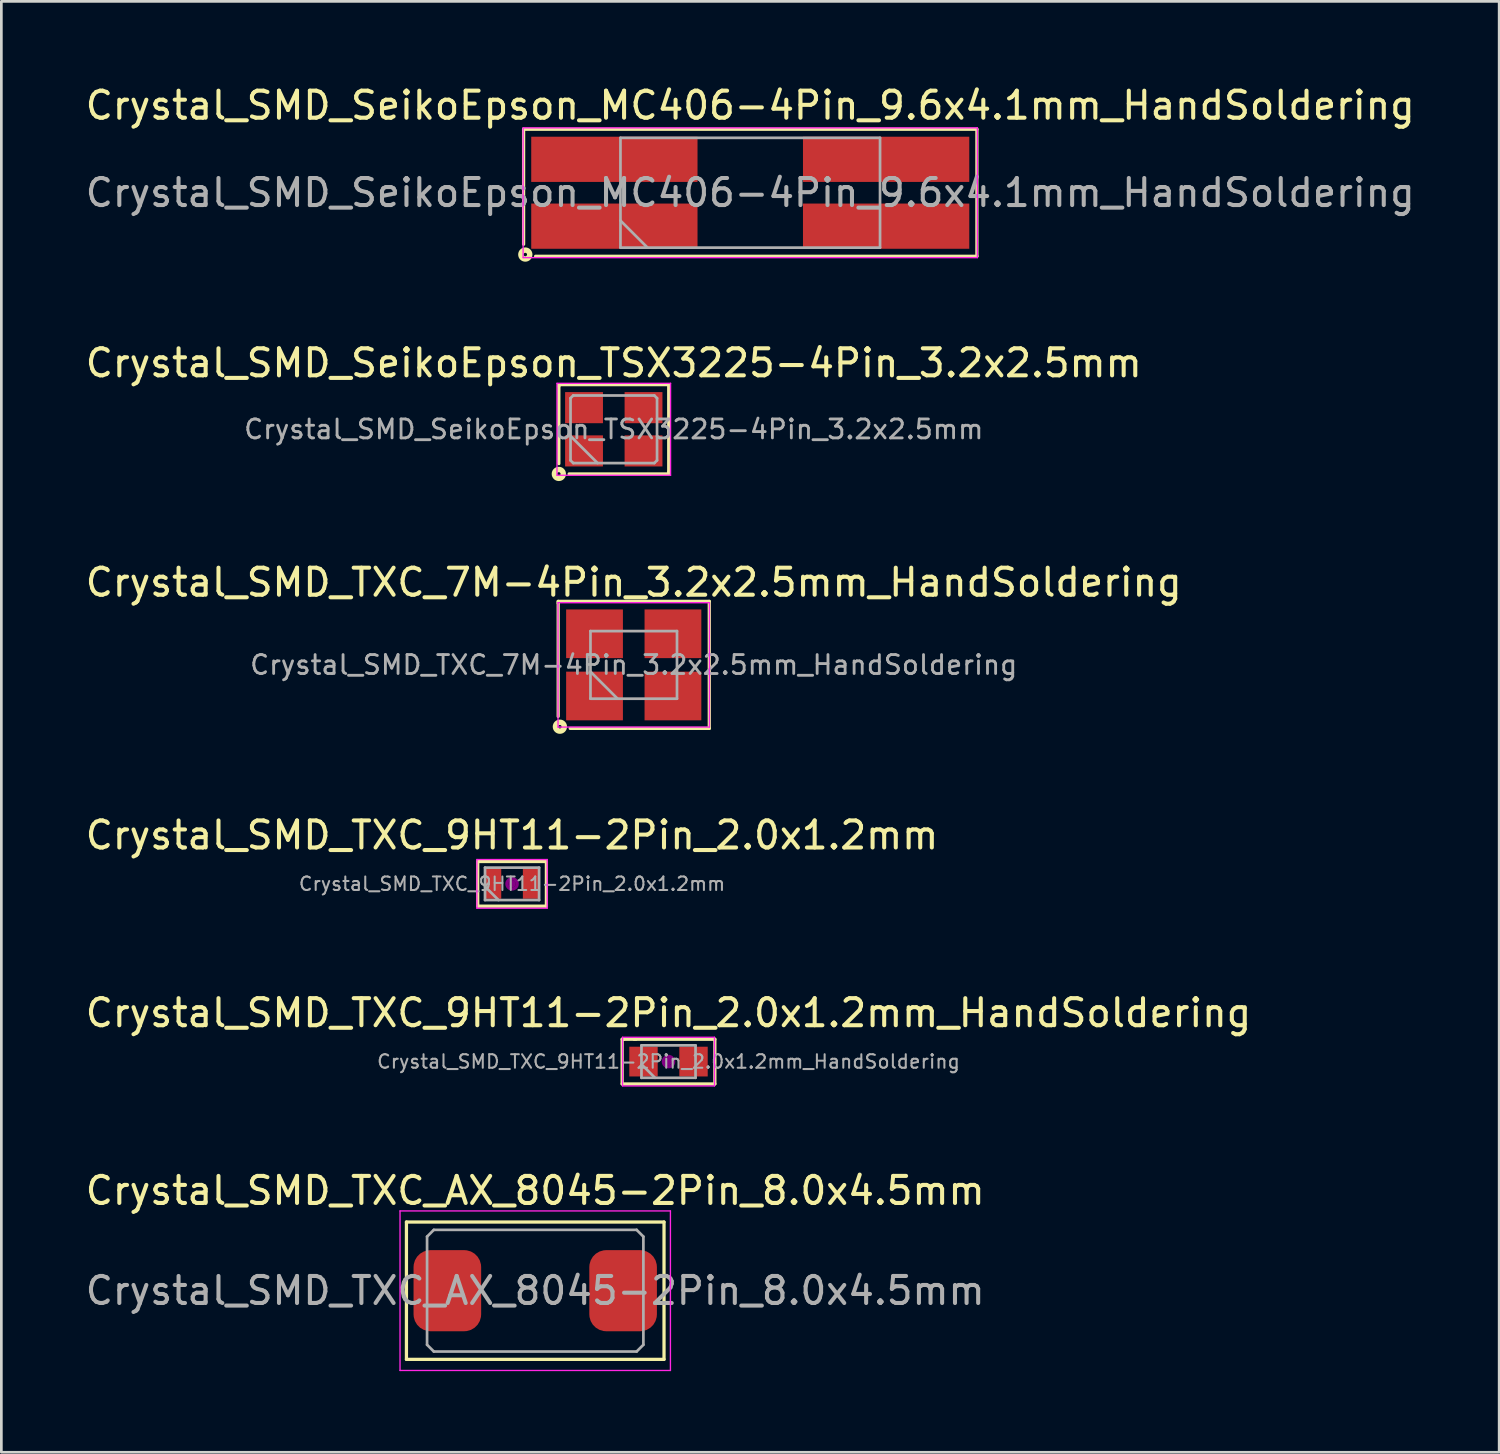
<source format=kicad_pcb>
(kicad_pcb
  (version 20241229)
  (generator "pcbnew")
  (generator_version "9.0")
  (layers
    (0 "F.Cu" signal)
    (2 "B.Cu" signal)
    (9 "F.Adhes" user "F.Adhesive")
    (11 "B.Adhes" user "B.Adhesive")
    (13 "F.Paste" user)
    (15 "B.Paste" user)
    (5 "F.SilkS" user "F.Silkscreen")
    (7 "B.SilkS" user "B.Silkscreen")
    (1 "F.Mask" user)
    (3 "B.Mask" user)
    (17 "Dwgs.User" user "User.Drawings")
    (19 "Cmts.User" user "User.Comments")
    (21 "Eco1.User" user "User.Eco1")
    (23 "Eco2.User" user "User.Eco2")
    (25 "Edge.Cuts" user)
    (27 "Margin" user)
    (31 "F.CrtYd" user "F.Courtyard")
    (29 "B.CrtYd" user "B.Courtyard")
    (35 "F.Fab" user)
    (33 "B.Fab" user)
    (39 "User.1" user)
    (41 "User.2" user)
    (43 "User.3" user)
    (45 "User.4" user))
  (footprint "Crystal_SMD_SeikoEpson_MC406-4Pin_9.6x4.1mm_HandSoldering"
    (layer "F.Cu")
    (at 24.696 4.078)
    (property "Reference" "Crystal_SMD_SeikoEpson_MC406-4Pin_9.6x4.1mm_HandSoldering" (at 0 -3.23 0) (layer "F.SilkS") (effects (font (size 1 1) (thickness 0.15))))
    (attr smd)
    (fp_line (start -8.382 -2.349) (end 8.382 -2.349) (stroke (width 0.12) (type solid)) (layer "F.SilkS"))
    (fp_line (start -8.382 1.905) (end -8.382 -2.349) (stroke (width 0.12) (type solid)) (layer "F.SilkS"))
    (fp_line (start 8.382 -2.349) (end 8.382 2.349) (stroke (width 0.12) (type solid)) (layer "F.SilkS"))
    (fp_line (start 8.382 2.349) (end -7.938 2.349) (stroke (width 0.12) (type solid)) (layer "F.SilkS"))
    (fp_circle (center -8.319 2.286) (end -8.255 2.286) (stroke (width 0.2) (type solid)) (fill no) (layer "F.SilkS"))
    (fp_line (start -8.4 -2.4) (end -8.4 2.4) (stroke (width 0.05) (type solid)) (layer "F.CrtYd"))
    (fp_line (start -8.4 2.4) (end 8.4 2.4) (stroke (width 0.05) (type solid)) (layer "F.CrtYd"))
    (fp_line (start 8.4 -2.4) (end -8.4 -2.4) (stroke (width 0.05) (type solid)) (layer "F.CrtYd"))
    (fp_line (start 8.4 2.4) (end 8.4 -2.4) (stroke (width 0.05) (type solid)) (layer "F.CrtYd"))
    (fp_line (start -4.8 -2.03) (end -4.8 2.03) (stroke (width 0.1) (type solid)) (layer "F.Fab"))
    (fp_line (start -4.8 1.03) (end -3.8 2.03) (stroke (width 0.1) (type solid)) (layer "F.Fab"))
    (fp_line (start -4.8 2.03) (end 4.8 2.03) (stroke (width 0.1) (type solid)) (layer "F.Fab"))
    (fp_line (start 4.8 -2.03) (end -4.8 -2.03) (stroke (width 0.1) (type solid)) (layer "F.Fab"))
    (fp_line (start 4.8 2.03) (end 4.8 -2.03) (stroke (width 0.1) (type solid)) (layer "F.Fab"))
    (fp_text user "${REFERENCE}" (at 0 0 0) (layer "F.Fab") (effects (font (size 1 1) (thickness 0.15))))
    (pad "1" smd rect (at -5.025 1.236) (size 6.15 1.672) (layers "F.Cu" "F.Mask" "F.Paste"))
    (pad "2" smd rect (at 5.025 1.236) (size 6.15 1.672) (layers "F.Cu" "F.Mask" "F.Paste"))
    (pad "3" smd rect (at 5.025 -1.236) (size 6.15 1.672) (layers "F.Cu" "F.Mask" "F.Paste"))
    (pad "4" smd rect (at -5.025 -1.236) (size 6.15 1.672) (layers "F.Cu" "F.Mask" "F.Paste")))
  (footprint "Crystal_SMD_TXC_7M-4Pin_3.2x2.5mm_HandSoldering"
    (layer "F.Cu")
    (at 20.387 21.539)
    (property "Reference" "Crystal_SMD_TXC_7M-4Pin_3.2x2.5mm_HandSoldering" (at 0 -3.05 0) (layer "F.SilkS") (effects (font (size 1 1) (thickness 0.15))))
    (attr smd)
    (fp_line (start -2.794 -2.349) (end 2.794 -2.349) (stroke (width 0.12) (type solid)) (layer "F.SilkS"))
    (fp_line (start -2.794 -2.286) (end -2.794 -2.349) (stroke (width 0.12) (type solid)) (layer "F.SilkS"))
    (fp_line (start -2.794 1.905) (end -2.794 -2.286) (stroke (width 0.12) (type solid)) (layer "F.SilkS"))
    (fp_line (start 2.794 -2.349) (end 2.794 2.349) (stroke (width 0.12) (type solid)) (layer "F.SilkS"))
    (fp_line (start 2.794 2.349) (end -2.349 2.349) (stroke (width 0.12) (type solid)) (layer "F.SilkS"))
    (fp_circle (center -2.731 2.286) (end -2.667 2.286) (stroke (width 0.2) (type solid)) (fill no) (layer "F.SilkS"))
    (fp_line (start -2.8 -2.3) (end -2.8 2.3) (stroke (width 0.05) (type solid)) (layer "F.CrtYd"))
    (fp_line (start -2.8 2.3) (end 2.8 2.3) (stroke (width 0.05) (type solid)) (layer "F.CrtYd"))
    (fp_line (start 2.8 -2.3) (end -2.8 -2.3) (stroke (width 0.05) (type solid)) (layer "F.CrtYd"))
    (fp_line (start 2.8 2.3) (end 2.8 -2.3) (stroke (width 0.05) (type solid)) (layer "F.CrtYd"))
    (fp_line (start -1.6 -1.25) (end -1.6 1.25) (stroke (width 0.1) (type solid)) (layer "F.Fab"))
    (fp_line (start -1.6 0.25) (end -0.6 1.25) (stroke (width 0.1) (type solid)) (layer "F.Fab"))
    (fp_line (start -1.6 1.25) (end 1.6 1.25) (stroke (width 0.1) (type solid)) (layer "F.Fab"))
    (fp_line (start 1.6 -1.25) (end -1.6 -1.25) (stroke (width 0.1) (type solid)) (layer "F.Fab"))
    (fp_line (start 1.6 1.25) (end 1.6 -1.25) (stroke (width 0.1) (type solid)) (layer "F.Fab"))
    (fp_text user "${REFERENCE}" (at 0 0 0) (layer "F.Fab") (effects (font (size 0.7 0.7) (thickness 0.105))))
    (pad "1" smd rect (at -1.45 1.15) (size 2.1 1.8) (layers "F.Cu" "F.Mask" "F.Paste"))
    (pad "2" smd rect (at 1.45 1.15) (size 2.1 1.8) (layers "F.Cu" "F.Mask" "F.Paste"))
    (pad "3" smd rect (at 1.45 -1.15) (size 2.1 1.8) (layers "F.Cu" "F.Mask" "F.Paste"))
    (pad "4" smd rect (at -1.45 -1.15) (size 2.1 1.8) (layers "F.Cu" "F.Mask" "F.Paste")))
  (footprint "Crystal_SMD_SeikoEpson_TSX3225-4Pin_3.2x2.5mm"
    (layer "F.Cu")
    (at 19.649 12.826)
    (property "Reference" "Crystal_SMD_SeikoEpson_TSX3225-4Pin_3.2x2.5mm" (at 0 -2.45 0) (layer "F.SilkS") (effects (font (size 1 1) (thickness 0.15))))
    (attr smd)
    (fp_line (start -2.032 -1.651) (end 2.032 -1.651) (stroke (width 0.12) (type solid)) (layer "F.SilkS"))
    (fp_line (start -2.032 -1.587) (end -2.032 -1.651) (stroke (width 0.12) (type solid)) (layer "F.SilkS"))
    (fp_line (start -2.032 1.27) (end -2.032 -1.587) (stroke (width 0.12) (type solid)) (layer "F.SilkS"))
    (fp_line (start 2.032 -1.651) (end 2.032 1.587) (stroke (width 0.12) (type solid)) (layer "F.SilkS"))
    (fp_line (start 2.032 1.587) (end 2.032 1.651) (stroke (width 0.12) (type solid)) (layer "F.SilkS"))
    (fp_line (start 2.032 1.651) (end -1.651 1.651) (stroke (width 0.12) (type solid)) (layer "F.SilkS"))
    (fp_circle (center -2.032 1.651) (end -1.968 1.651) (stroke (width 0.2) (type solid)) (fill no) (layer "F.SilkS"))
    (fp_line (start -2.1 -1.7) (end -2.1 1.7) (stroke (width 0.05) (type solid)) (layer "F.CrtYd"))
    (fp_line (start -2.1 1.7) (end 2.1 1.7) (stroke (width 0.05) (type solid)) (layer "F.CrtYd"))
    (fp_line (start 2.1 -1.7) (end -2.1 -1.7) (stroke (width 0.05) (type solid)) (layer "F.CrtYd"))
    (fp_line (start 2.1 1.7) (end 2.1 -1.7) (stroke (width 0.05) (type solid)) (layer "F.CrtYd"))
    (fp_line (start -1.6 -1.15) (end -1.5 -1.25) (stroke (width 0.1) (type solid)) (layer "F.Fab"))
    (fp_line (start -1.6 0.25) (end -0.6 1.25) (stroke (width 0.1) (type solid)) (layer "F.Fab"))
    (fp_line (start -1.6 1.15) (end -1.6 -1.15) (stroke (width 0.1) (type solid)) (layer "F.Fab"))
    (fp_line (start -1.5 -1.25) (end 1.5 -1.25) (stroke (width 0.1) (type solid)) (layer "F.Fab"))
    (fp_line (start -1.5 1.25) (end -1.6 1.15) (stroke (width 0.1) (type solid)) (layer "F.Fab"))
    (fp_line (start 1.5 -1.25) (end 1.6 -1.15) (stroke (width 0.1) (type solid)) (layer "F.Fab"))
    (fp_line (start 1.5 1.25) (end -1.5 1.25) (stroke (width 0.1) (type solid)) (layer "F.Fab"))
    (fp_line (start 1.6 -1.15) (end 1.6 1.15) (stroke (width 0.1) (type solid)) (layer "F.Fab"))
    (fp_line (start 1.6 1.15) (end 1.5 1.25) (stroke (width 0.1) (type solid)) (layer "F.Fab"))
    (fp_text user "${REFERENCE}" (at 0 0 0) (layer "F.Fab") (effects (font (size 0.7 0.7) (thickness 0.105))))
    (pad "1" smd rect (at -1.1 0.8) (size 1.4 1.15) (layers "F.Cu" "F.Mask" "F.Paste"))
    (pad "2" smd rect (at 1.1 0.8) (size 1.4 1.15) (layers "F.Cu" "F.Mask" "F.Paste"))
    (pad "3" smd rect (at 1.1 -0.8) (size 1.4 1.15) (layers "F.Cu" "F.Mask" "F.Paste"))
    (pad "4" smd rect (at -1.1 -0.8) (size 1.4 1.15) (layers "F.Cu" "F.Mask" "F.Paste")))
  (footprint "Crystal_SMD_TXC_9HT11-2Pin_2.0x1.2mm_HandSoldering"
    (layer "F.Cu")
    (at 21.673 36.21)
    (property "Reference" "Crystal_SMD_TXC_9HT11-2Pin_2.0x1.2mm_HandSoldering" (at 0 -1.8 0) (layer "F.SilkS") (effects (font (size 1 1) (thickness 0.15))))
    (attr smd)
    (fp_line (start -1.714 -0.826) (end -1.714 0.826) (stroke (width 0.12) (type solid)) (layer "F.SilkS"))
    (fp_line (start -1.714 0.826) (end 1.714 0.826) (stroke (width 0.12) (type solid)) (layer "F.SilkS"))
    (fp_line (start -1.651 -0.826) (end -1.714 -0.826) (stroke (width 0.12) (type solid)) (layer "F.SilkS"))
    (fp_line (start -1.27 -0.826) (end -1.651 -0.826) (stroke (width 0.12) (type solid)) (layer "F.SilkS"))
    (fp_line (start -1.206 -0.826) (end -1.27 -0.826) (stroke (width 0.12) (type solid)) (layer "F.SilkS"))
    (fp_line (start 1.714 -0.826) (end -1.206 -0.826) (stroke (width 0.12) (type solid)) (layer "F.SilkS"))
    (fp_line (start 1.714 0.826) (end 1.714 -0.826) (stroke (width 0.12) (type solid)) (layer "F.SilkS"))
    (fp_circle (center 0 0) (end 0.047 0) (stroke (width 0.093) (type solid)) (fill no) (layer "F.Adhes"))
    (fp_circle (center 0 0) (end 0.107 0) (stroke (width 0.067) (type solid)) (fill no) (layer "F.Adhes"))
    (fp_circle (center 0 0) (end 0.167 0) (stroke (width 0.067) (type solid)) (fill no) (layer "F.Adhes"))
    (fp_circle (center 0 0) (end 0.2 0) (stroke (width 0.1) (type solid)) (fill no) (layer "F.Adhes"))
    (fp_line (start -1.7 -0.9) (end -1.7 0.9) (stroke (width 0.05) (type solid)) (layer "F.CrtYd"))
    (fp_line (start -1.7 0.9) (end 1.7 0.9) (stroke (width 0.05) (type solid)) (layer "F.CrtYd"))
    (fp_line (start 1.7 -0.9) (end -1.7 -0.9) (stroke (width 0.05) (type solid)) (layer "F.CrtYd"))
    (fp_line (start 1.7 0.9) (end 1.7 -0.9) (stroke (width 0.05) (type solid)) (layer "F.CrtYd"))
    (fp_line (start -1 -0.6) (end -1 0.6) (stroke (width 0.1) (type solid)) (layer "F.Fab"))
    (fp_line (start -1 0.1) (end -0.5 0.6) (stroke (width 0.1) (type solid)) (layer "F.Fab"))
    (fp_line (start -1 0.6) (end 1 0.6) (stroke (width 0.1) (type solid)) (layer "F.Fab"))
    (fp_line (start 1 -0.6) (end -1 -0.6) (stroke (width 0.1) (type solid)) (layer "F.Fab"))
    (fp_line (start 1 0.6) (end 1 -0.6) (stroke (width 0.1) (type solid)) (layer "F.Fab"))
    (fp_text user "${REFERENCE}" (at 0 0 0) (layer "F.Fab") (effects (font (size 0.5 0.5) (thickness 0.075))))
    (pad "1" smd rect (at -0.925 0) (size 1.05 1.1) (layers "F.Cu" "F.Mask" "F.Paste"))
    (pad "2" smd rect (at 0.925 0) (size 1.05 1.1) (layers "F.Cu" "F.Mask" "F.Paste")))
  (footprint "Crystal_SMD_TXC_9HT11-2Pin_2.0x1.2mm"
    (layer "F.Cu")
    (at 15.887 29.637)
    (property "Reference" "Crystal_SMD_TXC_9HT11-2Pin_2.0x1.2mm" (at 0 -1.8 0) (layer "F.SilkS") (effects (font (size 1 1) (thickness 0.15))))
    (attr smd)
    (fp_line (start -1.27 -0.826) (end -1.27 0.826) (stroke (width 0.12) (type solid)) (layer "F.SilkS"))
    (fp_line (start -1.27 0.826) (end 1.27 0.826) (stroke (width 0.12) (type solid)) (layer "F.SilkS"))
    (fp_line (start 1.27 -0.826) (end -1.27 -0.826) (stroke (width 0.12) (type solid)) (layer "F.SilkS"))
    (fp_line (start 1.27 0.826) (end 1.27 -0.826) (stroke (width 0.12) (type solid)) (layer "F.SilkS"))
    (fp_circle (center 0 0) (end 0.047 0) (stroke (width 0.093) (type solid)) (fill no) (layer "F.Adhes"))
    (fp_circle (center 0 0) (end 0.107 0) (stroke (width 0.067) (type solid)) (fill no) (layer "F.Adhes"))
    (fp_circle (center 0 0) (end 0.167 0) (stroke (width 0.067) (type solid)) (fill no) (layer "F.Adhes"))
    (fp_circle (center 0 0) (end 0.2 0) (stroke (width 0.1) (type solid)) (fill no) (layer "F.Adhes"))
    (fp_line (start -1.3 -0.9) (end -1.3 0.9) (stroke (width 0.05) (type solid)) (layer "F.CrtYd"))
    (fp_line (start -1.3 0.9) (end 1.3 0.9) (stroke (width 0.05) (type solid)) (layer "F.CrtYd"))
    (fp_line (start 1.3 -0.9) (end -1.3 -0.9) (stroke (width 0.05) (type solid)) (layer "F.CrtYd"))
    (fp_line (start 1.3 0.9) (end 1.3 -0.9) (stroke (width 0.05) (type solid)) (layer "F.CrtYd"))
    (fp_line (start -1 -0.6) (end -1 0.6) (stroke (width 0.1) (type solid)) (layer "F.Fab"))
    (fp_line (start -1 0.1) (end -0.5 0.6) (stroke (width 0.1) (type solid)) (layer "F.Fab"))
    (fp_line (start -1 0.6) (end 1 0.6) (stroke (width 0.1) (type solid)) (layer "F.Fab"))
    (fp_line (start 1 -0.6) (end -1 -0.6) (stroke (width 0.1) (type solid)) (layer "F.Fab"))
    (fp_line (start 1 0.6) (end 1 -0.6) (stroke (width 0.1) (type solid)) (layer "F.Fab"))
    (fp_text user "${REFERENCE}" (at 0 0 0) (layer "F.Fab") (effects (font (size 0.5 0.5) (thickness 0.075))))
    (pad "1" smd rect (at -0.7 0) (size 0.6 1.1) (layers "F.Cu" "F.Mask" "F.Paste"))
    (pad "2" smd rect (at 0.7 0) (size 0.6 1.1) (layers "F.Cu" "F.Mask" "F.Paste")))
  (footprint "Crystal_SMD_TXC_AX_8045-2Pin_8.0x4.5mm"
    (layer "F.Cu")
    (at 16.744 44.683)
    (property "Reference" "Crystal_SMD_TXC_AX_8045-2Pin_8.0x4.5mm" (at 0 -3.7 0) (layer "F.SilkS") (effects (font (size 1 1) (thickness 0.15))))
    (attr smd)
    (fp_line (start -4.763 -2.54) (end -4.763 2.54) (stroke (width 0.12) (type solid)) (layer "F.SilkS"))
    (fp_line (start -4.763 2.54) (end 4.763 2.54) (stroke (width 0.12) (type solid)) (layer "F.SilkS"))
    (fp_line (start 4.763 -2.54) (end -4.763 -2.54) (stroke (width 0.12) (type solid)) (layer "F.SilkS"))
    (fp_line (start 4.763 2.54) (end 4.763 -2.54) (stroke (width 0.12) (type solid)) (layer "F.SilkS"))
    (fp_line (start -5 -2.95) (end -5 2.95) (stroke (width 0.05) (type solid)) (layer "F.CrtYd"))
    (fp_line (start -5 2.95) (end 5 2.95) (stroke (width 0.05) (type solid)) (layer "F.CrtYd"))
    (fp_line (start 5 -2.95) (end -5 -2.95) (stroke (width 0.05) (type solid)) (layer "F.CrtYd"))
    (fp_line (start 5 2.95) (end 5 -2.95) (stroke (width 0.05) (type solid)) (layer "F.CrtYd"))
    (fp_line (start -4 -2) (end -3.75 -2.25) (stroke (width 0.1) (type solid)) (layer "F.Fab"))
    (fp_line (start -4 2) (end -4 -2) (stroke (width 0.1) (type solid)) (layer "F.Fab"))
    (fp_line (start -3.75 -2.25) (end 3.75 -2.25) (stroke (width 0.1) (type solid)) (layer "F.Fab"))
    (fp_line (start -3.75 2.25) (end -4 2) (stroke (width 0.1) (type solid)) (layer "F.Fab"))
    (fp_line (start 3.75 -2.25) (end 4 -2) (stroke (width 0.1) (type solid)) (layer "F.Fab"))
    (fp_line (start 3.75 2.25) (end -3.75 2.25) (stroke (width 0.1) (type solid)) (layer "F.Fab"))
    (fp_line (start 3.75 2.25) (end 4 2) (stroke (width 0.1) (type solid)) (layer "F.Fab"))
    (fp_line (start 4 -2) (end 4 2) (stroke (width 0.1) (type solid)) (layer "F.Fab"))
    (fp_text user "${REFERENCE}" (at 0 0 0) (layer "F.Fab") (effects (font (size 1 1) (thickness 0.15))))
    (pad "1" smd roundrect (at -3.25 0) (size 2.5 3) (layers "F.Cu" "F.Mask" "F.Paste") (roundrect_rratio 0.25))
    (pad "2" smd roundrect (at 3.25 0) (size 2.5 3) (layers "F.Cu" "F.Mask" "F.Paste") (roundrect_rratio 0.25)))
  (gr_rect
    (start -3 -3)
    (end 52.393 50.658)
    (stroke (width 0.1) (type default))
    (fill no)
    (layer "Edge.Cuts")))
</source>
